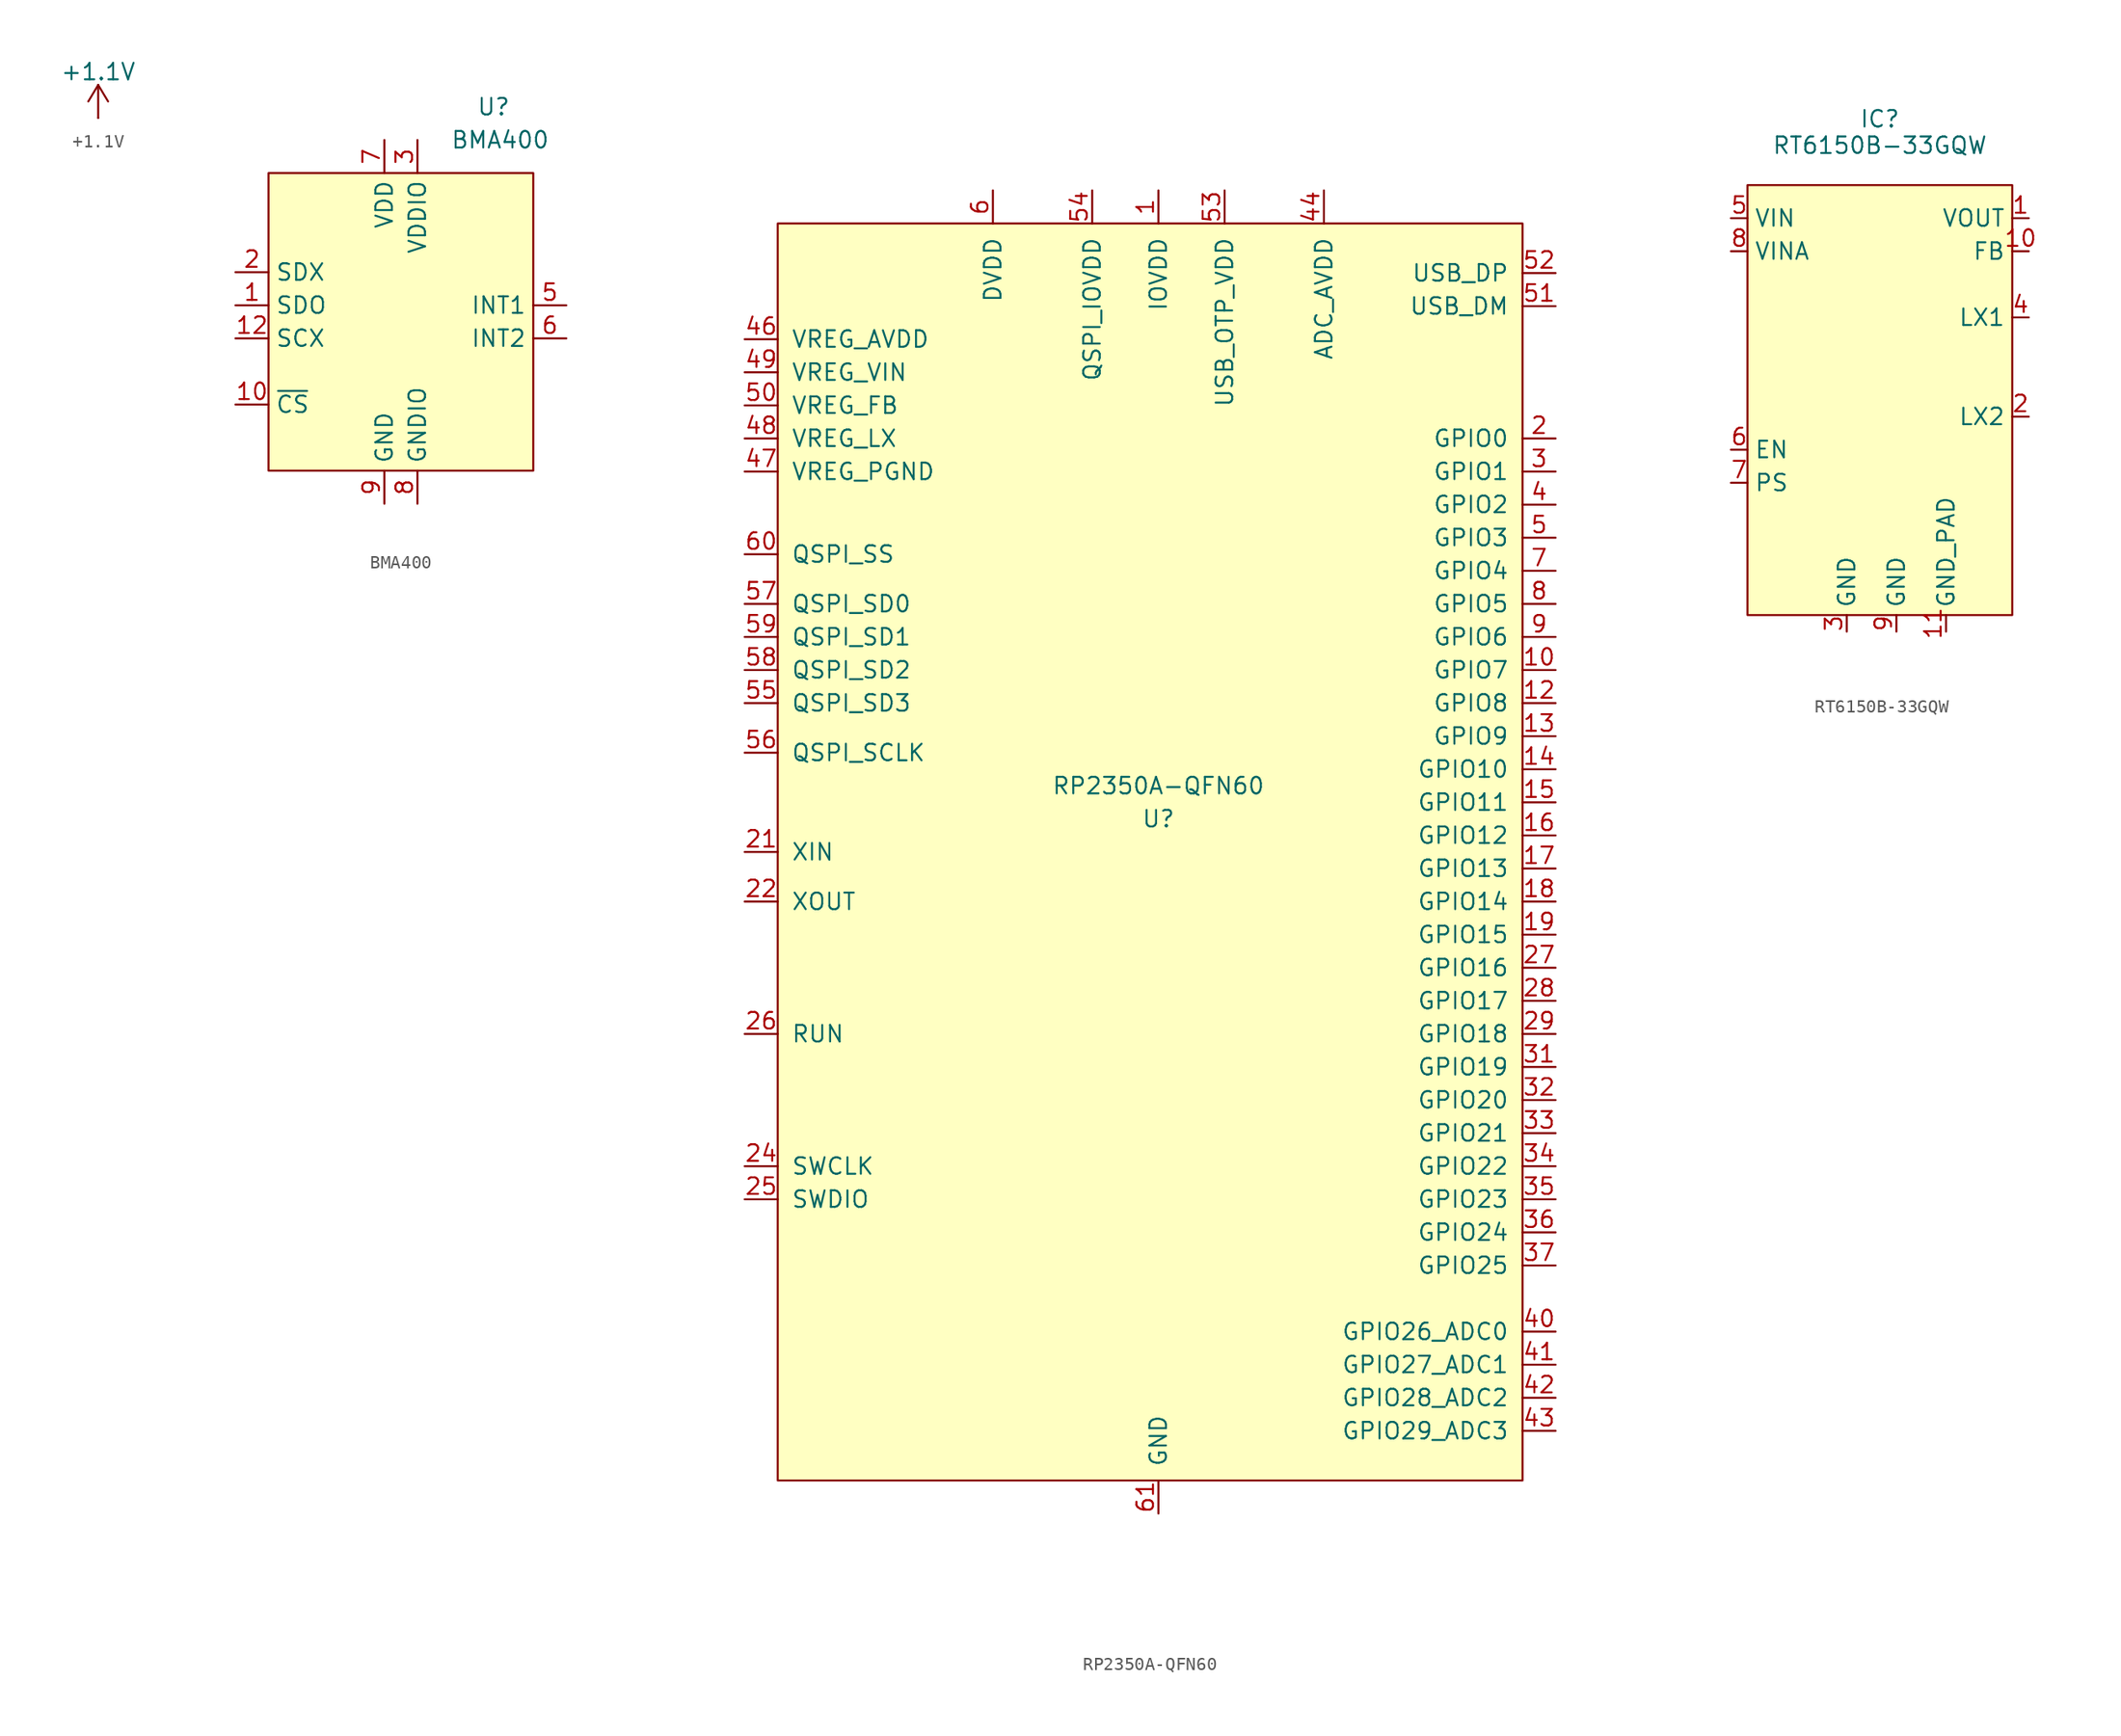
<source format=kicad_sym>
(kicad_symbol_lib
  (version 20241209)
  (generator "kicad_symbol_editor")
  (generator_version "9.0")
  (symbol "+1.1V"
    (power)
    (pin_numbers
      (hide yes))
    (pin_names
      (offset 0)
      (hide yes))
    (property "Reference" "#PWR"
      (at 0 -3.81 0)
      (effects (font (size 1.27 1.27)) (hide yes)))
    (property "Value" "+1.1V"
      (at 0 3.556 0)
      (effects (font (size 1.27 1.27))))
    (symbol "+1.1V_0_1"
      (polyline (pts (xy -0.762 1.27) (xy 0 2.54)) (stroke (width 0) (type default)) (fill (type none)))
      (polyline (pts (xy 0 2.54) (xy 0.762 1.27)) (stroke (width 0) (type default)) (fill (type none)))
      (polyline (pts (xy 0 0) (xy 0 2.54)) (stroke (width 0) (type default)) (fill (type none))))
    (symbol "+1.1V_1_1"
      (pin power_in line (at 0 0 90) (length 0) (name "~" (effects (font (size 1.27 1.27)))) (number "1" (effects (font (size 1.27 1.27)))))))
  (symbol "BMA400"
    (property "Reference" "U"
      (at 7.112 1.27 0)
      (effects (font (size 1.27 1.27))))
    (property "Value" "BMA400"
      (at 7.62 -1.27 0)
      (effects (font (size 1.27 1.27))))
    (symbol "BMA400_1_1"
      (rectangle (start -10.16 -3.81) (end 10.16 -26.67) (stroke (width 0) (type solid)) (fill (type background)))
      (pin no_connect line (at -12.7 -6.35 0) (length 2.54) (hide yes) (name "NC" (effects (font (size 1.27 1.27)))) (number "4" (effects (font (size 1.27 1.27)))))
      (pin no_connect line (at -12.7 -8.89 0) (length 2.54) (hide yes) (name "NC" (effects (font (size 1.27 1.27)))) (number "11" (effects (font (size 1.27 1.27)))))
      (pin passive line (at -12.7 -11.43 0) (length 2.54) (name "SDX" (effects (font (size 1.27 1.27)))) (number "2" (effects (font (size 1.27 1.27)))))
      (pin passive line (at -12.7 -13.97 0) (length 2.54) (name "SDO" (effects (font (size 1.27 1.27)))) (number "1" (effects (font (size 1.27 1.27)))))
      (pin passive line (at -12.7 -16.51 0) (length 2.54) (name "SCX" (effects (font (size 1.27 1.27)))) (number "12" (effects (font (size 1.27 1.27)))))
      (pin passive line (at -12.7 -21.59 0) (length 2.54) (name "~{CS}" (effects (font (size 1.27 1.27)))) (number "10" (effects (font (size 1.27 1.27)))))
      (pin passive line (at -1.27 -1.27 270) (length 2.54) (name "VDD" (effects (font (size 1.27 1.27)))) (number "7" (effects (font (size 1.27 1.27)))))
      (pin passive line (at -1.27 -29.21 90) (length 2.54) (name "GND" (effects (font (size 1.27 1.27)))) (number "9" (effects (font (size 1.27 1.27)))))
      (pin passive line (at 1.27 -1.27 270) (length 2.54) (name "VDDIO" (effects (font (size 1.27 1.27)))) (number "3" (effects (font (size 1.27 1.27)))))
      (pin passive line (at 1.27 -29.21 90) (length 2.54) (name "GNDIO" (effects (font (size 1.27 1.27)))) (number "8" (effects (font (size 1.27 1.27)))))
      (pin passive line (at 12.7 -13.97 180) (length 2.54) (name "INT1" (effects (font (size 1.27 1.27)))) (number "5" (effects (font (size 1.27 1.27)))))
      (pin passive line (at 12.7 -16.51 180) (length 2.54) (name "INT2" (effects (font (size 1.27 1.27)))) (number "6" (effects (font (size 1.27 1.27)))))))
  (symbol "RP2350A-QFN60"
    (pin_names
      (offset 1.016))
    (property "Reference" "U"
      (at 0 -1.27 0)
      (effects (font (size 1.27 1.27))))
    (property "Value" "RP2350A-QFN60"
      (at 0 1.27 0)
      (effects (font (size 1.27 1.27))))
    (symbol "RP2350A-QFN60_1_0"
      (pin passive line (at 0 -54.61 90) (length 2.54) (name "GND" (effects (font (size 1.27 1.27)))) (number "61" (effects (font (size 1.27 1.27))))))
    (symbol "RP2350A-QFN60_1_1"
      (rectangle (start -29.21 44.45) (end 27.94 -52.07) (stroke (width 0) (type solid)) (fill (type background)))
      (pin power_in line (at -31.75 35.56 0) (length 2.54) (name "VREG_AVDD" (effects (font (size 1.27 1.27)))) (number "46" (effects (font (size 1.27 1.27)))))
      (pin power_in line (at -31.75 33.02 0) (length 2.54) (name "VREG_VIN" (effects (font (size 1.27 1.27)))) (number "49" (effects (font (size 1.27 1.27)))))
      (pin power_in line (at -31.75 30.48 0) (length 2.54) (name "VREG_FB" (effects (font (size 1.27 1.27)))) (number "50" (effects (font (size 1.27 1.27)))))
      (pin power_out line (at -31.75 27.94 0) (length 2.54) (name "VREG_LX" (effects (font (size 1.27 1.27)))) (number "48" (effects (font (size 1.27 1.27)))))
      (pin input line (at -31.75 25.4 0) (length 2.54) (name "VREG_PGND" (effects (font (size 1.27 1.27)))) (number "47" (effects (font (size 1.27 1.27)))))
      (pin bidirectional line (at -31.75 19.05 0) (length 2.54) (name "QSPI_SS" (effects (font (size 1.27 1.27)))) (number "60" (effects (font (size 1.27 1.27)))))
      (pin bidirectional line (at -31.75 15.24 0) (length 2.54) (name "QSPI_SD0" (effects (font (size 1.27 1.27)))) (number "57" (effects (font (size 1.27 1.27)))))
      (pin bidirectional line (at -31.75 12.7 0) (length 2.54) (name "QSPI_SD1" (effects (font (size 1.27 1.27)))) (number "59" (effects (font (size 1.27 1.27)))))
      (pin bidirectional line (at -31.75 10.16 0) (length 2.54) (name "QSPI_SD2" (effects (font (size 1.27 1.27)))) (number "58" (effects (font (size 1.27 1.27)))))
      (pin bidirectional line (at -31.75 7.62 0) (length 2.54) (name "QSPI_SD3" (effects (font (size 1.27 1.27)))) (number "55" (effects (font (size 1.27 1.27)))))
      (pin bidirectional line (at -31.75 3.81 0) (length 2.54) (name "QSPI_SCLK" (effects (font (size 1.27 1.27)))) (number "56" (effects (font (size 1.27 1.27)))))
      (pin input line (at -31.75 -3.81 0) (length 2.54) (name "XIN" (effects (font (size 1.27 1.27)))) (number "21" (effects (font (size 1.27 1.27)))))
      (pin output line (at -31.75 -7.62 0) (length 2.54) (name "XOUT" (effects (font (size 1.27 1.27)))) (number "22" (effects (font (size 1.27 1.27)))))
      (pin input line (at -31.75 -17.78 0) (length 2.54) (name "RUN" (effects (font (size 1.27 1.27)))) (number "26" (effects (font (size 1.27 1.27)))))
      (pin input line (at -31.75 -27.94 0) (length 2.54) (name "SWCLK" (effects (font (size 1.27 1.27)))) (number "24" (effects (font (size 1.27 1.27)))))
      (pin bidirectional line (at -31.75 -30.48 0) (length 2.54) (name "SWDIO" (effects (font (size 1.27 1.27)))) (number "25" (effects (font (size 1.27 1.27)))))
      (pin power_in line (at -12.7 46.99 270) (length 2.54) (hide yes) (name "DVDD" (effects (font (size 1.27 1.27)))) (number "23" (effects (font (size 1.27 1.27)))))
      (pin power_in line (at -12.7 46.99 270) (length 2.54) (hide yes) (name "DVDD" (effects (font (size 1.27 1.27)))) (number "39" (effects (font (size 1.27 1.27)))))
      (pin power_in line (at -12.7 46.99 270) (length 2.54) (name "DVDD" (effects (font (size 1.27 1.27)))) (number "6" (effects (font (size 1.27 1.27)))))
      (pin power_in line (at -5.08 46.99 270) (length 2.54) (name "QSPI_IOVDD" (effects (font (size 1.27 1.27)))) (number "54" (effects (font (size 1.27 1.27)))))
      (pin power_in line (at 0 46.99 270) (length 2.54) (name "IOVDD" (effects (font (size 1.27 1.27)))) (number "1" (effects (font (size 1.27 1.27)))))
      (pin power_in line (at 0 46.99 270) (length 2.54) (hide yes) (name "IOVDD" (effects (font (size 1.27 1.27)))) (number "11" (effects (font (size 1.27 1.27)))))
      (pin power_in line (at 0 46.99 270) (length 2.54) (hide yes) (name "IOVDD" (effects (font (size 1.27 1.27)))) (number "20" (effects (font (size 1.27 1.27)))))
      (pin power_in line (at 0 46.99 270) (length 2.54) (hide yes) (name "IOVDD" (effects (font (size 1.27 1.27)))) (number "30" (effects (font (size 1.27 1.27)))))
      (pin power_in line (at 0 46.99 270) (length 2.54) (hide yes) (name "IOVDD" (effects (font (size 1.27 1.27)))) (number "38" (effects (font (size 1.27 1.27)))))
      (pin power_in line (at 0 46.99 270) (length 2.54) (hide yes) (name "IOVDD" (effects (font (size 1.27 1.27)))) (number "45" (effects (font (size 1.27 1.27)))))
      (pin power_in line (at 5.08 46.99 270) (length 2.54) (name "USB_OTP_VDD" (effects (font (size 1.27 1.27)))) (number "53" (effects (font (size 1.27 1.27)))))
      (pin power_in line (at 12.7 46.99 270) (length 2.54) (name "ADC_AVDD" (effects (font (size 1.27 1.27)))) (number "44" (effects (font (size 1.27 1.27)))))
      (pin bidirectional line (at 30.48 40.64 180) (length 2.54) (name "USB_DP" (effects (font (size 1.27 1.27)))) (number "52" (effects (font (size 1.27 1.27)))))
      (pin bidirectional line (at 30.48 38.1 180) (length 2.54) (name "USB_DM" (effects (font (size 1.27 1.27)))) (number "51" (effects (font (size 1.27 1.27)))))
      (pin bidirectional line (at 30.48 27.94 180) (length 2.54) (name "GPIO0" (effects (font (size 1.27 1.27)))) (number "2" (effects (font (size 1.27 1.27)))))
      (pin bidirectional line (at 30.48 25.4 180) (length 2.54) (name "GPIO1" (effects (font (size 1.27 1.27)))) (number "3" (effects (font (size 1.27 1.27)))))
      (pin bidirectional line (at 30.48 22.86 180) (length 2.54) (name "GPIO2" (effects (font (size 1.27 1.27)))) (number "4" (effects (font (size 1.27 1.27)))))
      (pin bidirectional line (at 30.48 20.32 180) (length 2.54) (name "GPIO3" (effects (font (size 1.27 1.27)))) (number "5" (effects (font (size 1.27 1.27)))))
      (pin bidirectional line (at 30.48 17.78 180) (length 2.54) (name "GPIO4" (effects (font (size 1.27 1.27)))) (number "7" (effects (font (size 1.27 1.27)))))
      (pin bidirectional line (at 30.48 15.24 180) (length 2.54) (name "GPIO5" (effects (font (size 1.27 1.27)))) (number "8" (effects (font (size 1.27 1.27)))))
      (pin bidirectional line (at 30.48 12.7 180) (length 2.54) (name "GPIO6" (effects (font (size 1.27 1.27)))) (number "9" (effects (font (size 1.27 1.27)))))
      (pin bidirectional line (at 30.48 10.16 180) (length 2.54) (name "GPIO7" (effects (font (size 1.27 1.27)))) (number "10" (effects (font (size 1.27 1.27)))))
      (pin bidirectional line (at 30.48 7.62 180) (length 2.54) (name "GPIO8" (effects (font (size 1.27 1.27)))) (number "12" (effects (font (size 1.27 1.27)))))
      (pin bidirectional line (at 30.48 5.08 180) (length 2.54) (name "GPIO9" (effects (font (size 1.27 1.27)))) (number "13" (effects (font (size 1.27 1.27)))))
      (pin bidirectional line (at 30.48 2.54 180) (length 2.54) (name "GPIO10" (effects (font (size 1.27 1.27)))) (number "14" (effects (font (size 1.27 1.27)))))
      (pin bidirectional line (at 30.48 0 180) (length 2.54) (name "GPIO11" (effects (font (size 1.27 1.27)))) (number "15" (effects (font (size 1.27 1.27)))))
      (pin bidirectional line (at 30.48 -2.54 180) (length 2.54) (name "GPIO12" (effects (font (size 1.27 1.27)))) (number "16" (effects (font (size 1.27 1.27)))))
      (pin bidirectional line (at 30.48 -5.08 180) (length 2.54) (name "GPIO13" (effects (font (size 1.27 1.27)))) (number "17" (effects (font (size 1.27 1.27)))))
      (pin bidirectional line (at 30.48 -7.62 180) (length 2.54) (name "GPIO14" (effects (font (size 1.27 1.27)))) (number "18" (effects (font (size 1.27 1.27)))))
      (pin bidirectional line (at 30.48 -10.16 180) (length 2.54) (name "GPIO15" (effects (font (size 1.27 1.27)))) (number "19" (effects (font (size 1.27 1.27)))))
      (pin bidirectional line (at 30.48 -12.7 180) (length 2.54) (name "GPIO16" (effects (font (size 1.27 1.27)))) (number "27" (effects (font (size 1.27 1.27)))))
      (pin bidirectional line (at 30.48 -15.24 180) (length 2.54) (name "GPIO17" (effects (font (size 1.27 1.27)))) (number "28" (effects (font (size 1.27 1.27)))))
      (pin bidirectional line (at 30.48 -17.78 180) (length 2.54) (name "GPIO18" (effects (font (size 1.27 1.27)))) (number "29" (effects (font (size 1.27 1.27)))))
      (pin bidirectional line (at 30.48 -20.32 180) (length 2.54) (name "GPIO19" (effects (font (size 1.27 1.27)))) (number "31" (effects (font (size 1.27 1.27)))))
      (pin bidirectional line (at 30.48 -22.86 180) (length 2.54) (name "GPIO20" (effects (font (size 1.27 1.27)))) (number "32" (effects (font (size 1.27 1.27)))))
      (pin bidirectional line (at 30.48 -25.4 180) (length 2.54) (name "GPIO21" (effects (font (size 1.27 1.27)))) (number "33" (effects (font (size 1.27 1.27)))))
      (pin bidirectional line (at 30.48 -27.94 180) (length 2.54) (name "GPIO22" (effects (font (size 1.27 1.27)))) (number "34" (effects (font (size 1.27 1.27)))))
      (pin bidirectional line (at 30.48 -30.48 180) (length 2.54) (name "GPIO23" (effects (font (size 1.27 1.27)))) (number "35" (effects (font (size 1.27 1.27)))))
      (pin bidirectional line (at 30.48 -33.02 180) (length 2.54) (name "GPIO24" (effects (font (size 1.27 1.27)))) (number "36" (effects (font (size 1.27 1.27)))))
      (pin bidirectional line (at 30.48 -35.56 180) (length 2.54) (name "GPIO25" (effects (font (size 1.27 1.27)))) (number "37" (effects (font (size 1.27 1.27)))))
      (pin bidirectional line (at 30.48 -40.64 180) (length 2.54) (name "GPIO26_ADC0" (effects (font (size 1.27 1.27)))) (number "40" (effects (font (size 1.27 1.27)))))
      (pin bidirectional line (at 30.48 -43.18 180) (length 2.54) (name "GPIO27_ADC1" (effects (font (size 1.27 1.27)))) (number "41" (effects (font (size 1.27 1.27)))))
      (pin bidirectional line (at 30.48 -45.72 180) (length 2.54) (name "GPIO28_ADC2" (effects (font (size 1.27 1.27)))) (number "42" (effects (font (size 1.27 1.27)))))
      (pin bidirectional line (at 30.48 -48.26 180) (length 2.54) (name "GPIO29_ADC3" (effects (font (size 1.27 1.27)))) (number "43" (effects (font (size 1.27 1.27)))))))
  (symbol "RT6150B-33GQW"
    (property "Reference" "IC"
      (at 0 3.81 0)
      (effects (font (size 1.27 1.27))))
    (property "Value" "RT6150B-33GQW"
      (at 0 1.778 0)
      (effects (font (size 1.27 1.27))))
    (symbol "RT6150B-33GQW_1_1"
      (rectangle (start -10.16 -1.27) (end 10.16 -34.29) (stroke (width 0) (type solid)) (fill (type background)))
      (pin power_in line (at -11.43 -3.81 0) (length 1.27) (name "VIN" (effects (font (size 1.27 1.27)))) (number "5" (effects (font (size 1.27 1.27)))))
      (pin power_in line (at -11.43 -6.35 0) (length 1.27) (name "VINA" (effects (font (size 1.27 1.27)))) (number "8" (effects (font (size 1.27 1.27)))))
      (pin input line (at -11.43 -21.59 0) (length 1.27) (name "EN" (effects (font (size 1.27 1.27)))) (number "6" (effects (font (size 1.27 1.27)))))
      (pin input line (at -11.43 -24.13 0) (length 1.27) (name "PS" (effects (font (size 1.27 1.27)))) (number "7" (effects (font (size 1.27 1.27)))))
      (pin passive line (at -2.54 -35.56 90) (length 1.27) (name "GND" (effects (font (size 1.27 1.27)))) (number "3" (effects (font (size 1.27 1.27)))))
      (pin passive line (at 1.27 -35.56 90) (length 1.27) (name "GND" (effects (font (size 1.27 1.27)))) (number "9" (effects (font (size 1.27 1.27)))))
      (pin passive line (at 5.08 -35.56 90) (length 1.27) (name "GND_PAD" (effects (font (size 1.27 1.27)))) (number "11" (effects (font (size 1.27 1.27)))))
      (pin power_out line (at 11.43 -3.81 180) (length 1.27) (name "VOUT" (effects (font (size 1.27 1.27)))) (number "1" (effects (font (size 1.27 1.27)))))
      (pin input line (at 11.43 -6.35 180) (length 1.27) (name "FB" (effects (font (size 1.27 1.27)))) (number "10" (effects (font (size 1.27 1.27)))))
      (pin passive line (at 11.43 -11.43 180) (length 1.27) (name "LX1" (effects (font (size 1.27 1.27)))) (number "4" (effects (font (size 1.27 1.27)))))
      (pin passive line (at 11.43 -19.05 180) (length 1.27) (name "LX2" (effects (font (size 1.27 1.27)))) (number "2" (effects (font (size 1.27 1.27))))))))
</source>
